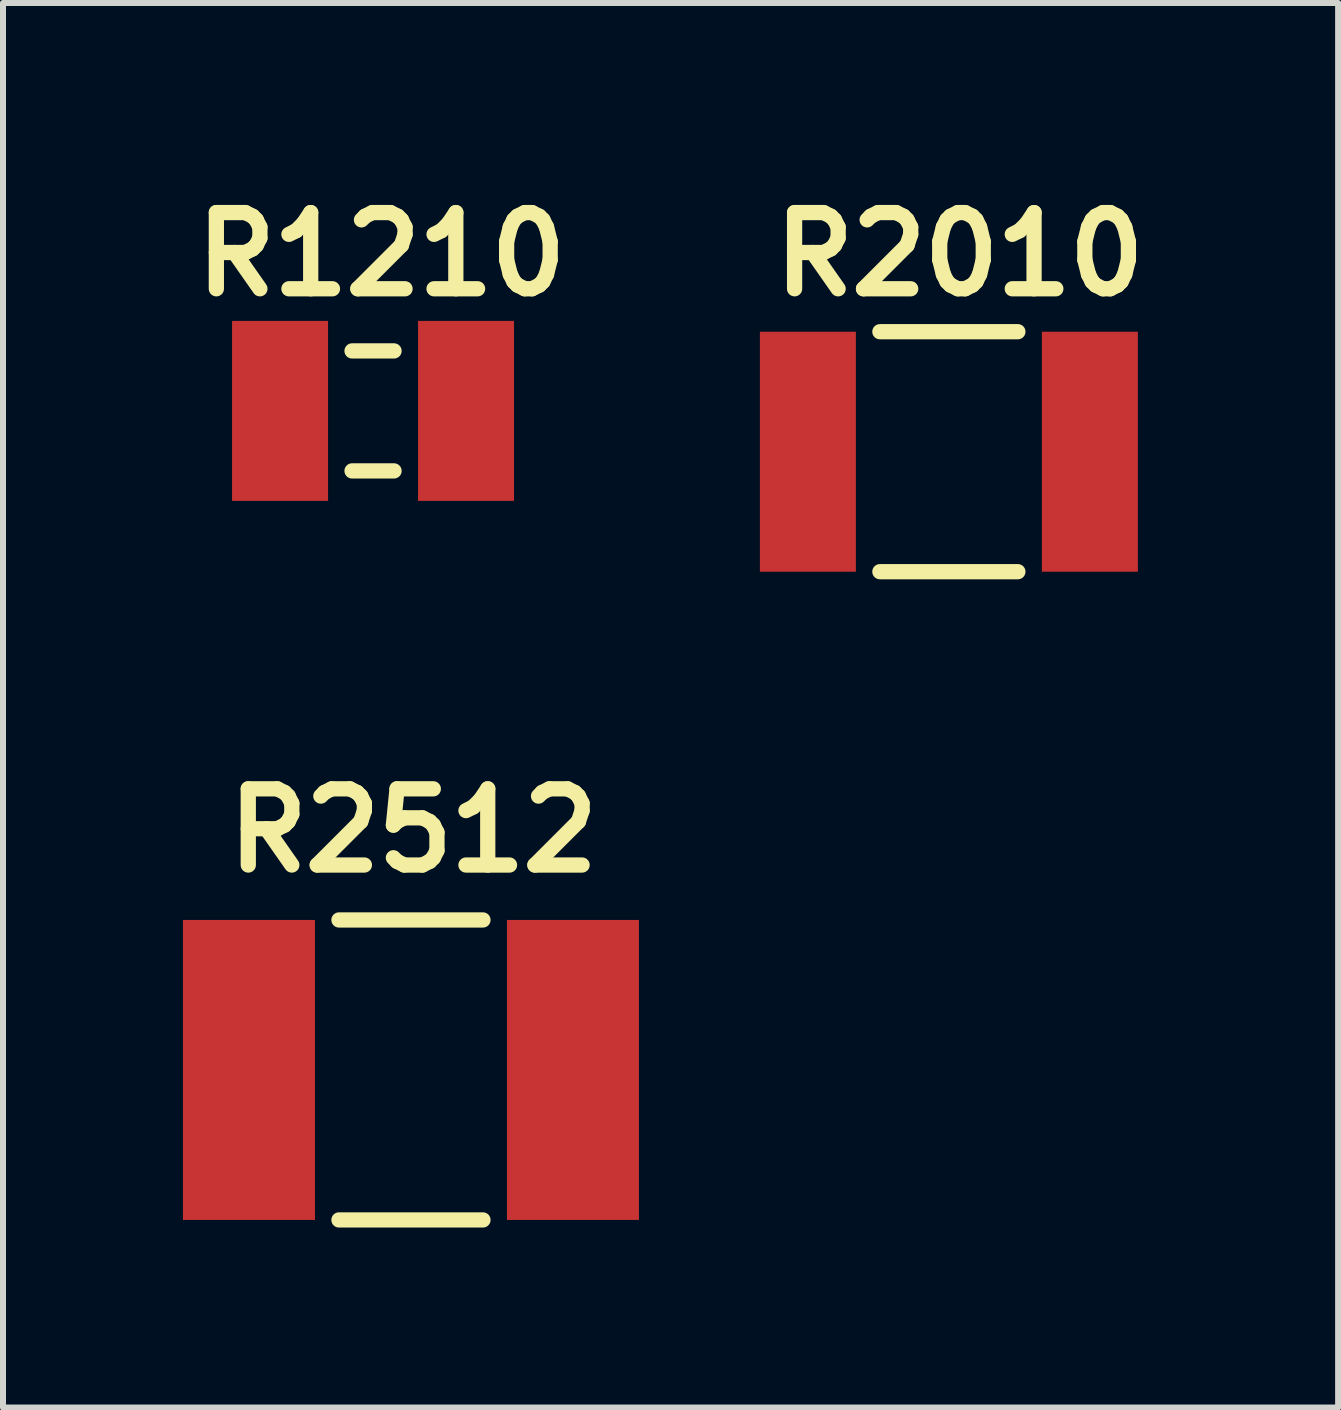
<source format=kicad_pcb>
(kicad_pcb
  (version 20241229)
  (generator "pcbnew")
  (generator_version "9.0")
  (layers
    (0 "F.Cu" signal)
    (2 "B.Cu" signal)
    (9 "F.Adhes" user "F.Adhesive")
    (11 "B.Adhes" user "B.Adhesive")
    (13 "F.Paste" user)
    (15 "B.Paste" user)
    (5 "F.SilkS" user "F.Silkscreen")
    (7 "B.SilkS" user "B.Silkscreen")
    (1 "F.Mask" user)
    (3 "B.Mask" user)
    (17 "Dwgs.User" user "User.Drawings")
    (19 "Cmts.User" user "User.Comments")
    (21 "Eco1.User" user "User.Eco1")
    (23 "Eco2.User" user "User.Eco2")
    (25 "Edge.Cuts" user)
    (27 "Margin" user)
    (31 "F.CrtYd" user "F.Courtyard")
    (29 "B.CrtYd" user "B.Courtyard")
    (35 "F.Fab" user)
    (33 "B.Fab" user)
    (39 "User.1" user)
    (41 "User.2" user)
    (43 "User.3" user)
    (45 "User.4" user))
  (footprint "R2512"
    (layer "F.Cu")
    (at 1.1 14.784)
    (property "Reference" "R2512" (at 2.74 -3.99 0) (layer "F.SilkS") (effects (font (size 1.27 1.27) (thickness 0.254))))
    (attr through_hole)
    (fp_line (start 1.5 -2.5) (end 3.9 -2.5) (stroke (width 0.254) (type solid)) (layer "F.SilkS"))
    (fp_line (start 1.5 2.5) (end 3.9 2.5) (stroke (width 0.254) (type solid)) (layer "F.SilkS"))
    (pad "1" smd rect (at 0 0) (size 2.2 5) (layers "F.Cu" "F.Mask" "F.Paste"))
    (pad "2" smd rect (at 5.4 0) (size 2.2 5) (layers "F.Cu" "F.Mask" "F.Paste")))
  (footprint "R1210"
    (layer "F.Cu")
    (at 1.618 3.799)
    (property "Reference" "R1210" (at 1.69 -2.61 0) (layer "F.SilkS") (effects (font (size 1.27 1.27) (thickness 0.254))))
    (attr through_hole)
    (fp_line (start 1.2 -1) (end 1.9 -1) (stroke (width 0.254) (type solid)) (layer "F.SilkS"))
    (fp_line (start 1.2 1) (end 1.9 1) (stroke (width 0.254) (type solid)) (layer "F.SilkS"))
    (pad "1" smd rect (at 0 0) (size 1.6 3) (layers "F.Cu" "F.Mask" "F.Paste"))
    (pad "2" smd rect (at 3.1 0) (size 1.6 3) (layers "F.Cu" "F.Mask" "F.Paste")))
  (footprint "R2010"
    (layer "F.Cu")
    (at 10.416 4.479)
    (property "Reference" "R2010" (at 2.53 -3.29 0) (layer "F.SilkS") (effects (font (size 1.27 1.27) (thickness 0.254))))
    (attr through_hole)
    (fp_line (start 1.2 -2) (end 3.5 -2) (stroke (width 0.254) (type solid)) (layer "F.SilkS"))
    (fp_line (start 1.2 2) (end 3.5 2) (stroke (width 0.254) (type solid)) (layer "F.SilkS"))
    (pad "1" smd rect (at 0 0) (size 1.6 4) (layers "F.Cu" "F.Mask" "F.Paste"))
    (pad "2" smd rect (at 4.7 0) (size 1.6 4) (layers "F.Cu" "F.Mask" "F.Paste")))
  (gr_rect
    (start -3 -3)
    (end 19.254 20.411)
    (stroke (width 0.1) (type default))
    (fill no)
    (layer "Edge.Cuts")))
</source>
